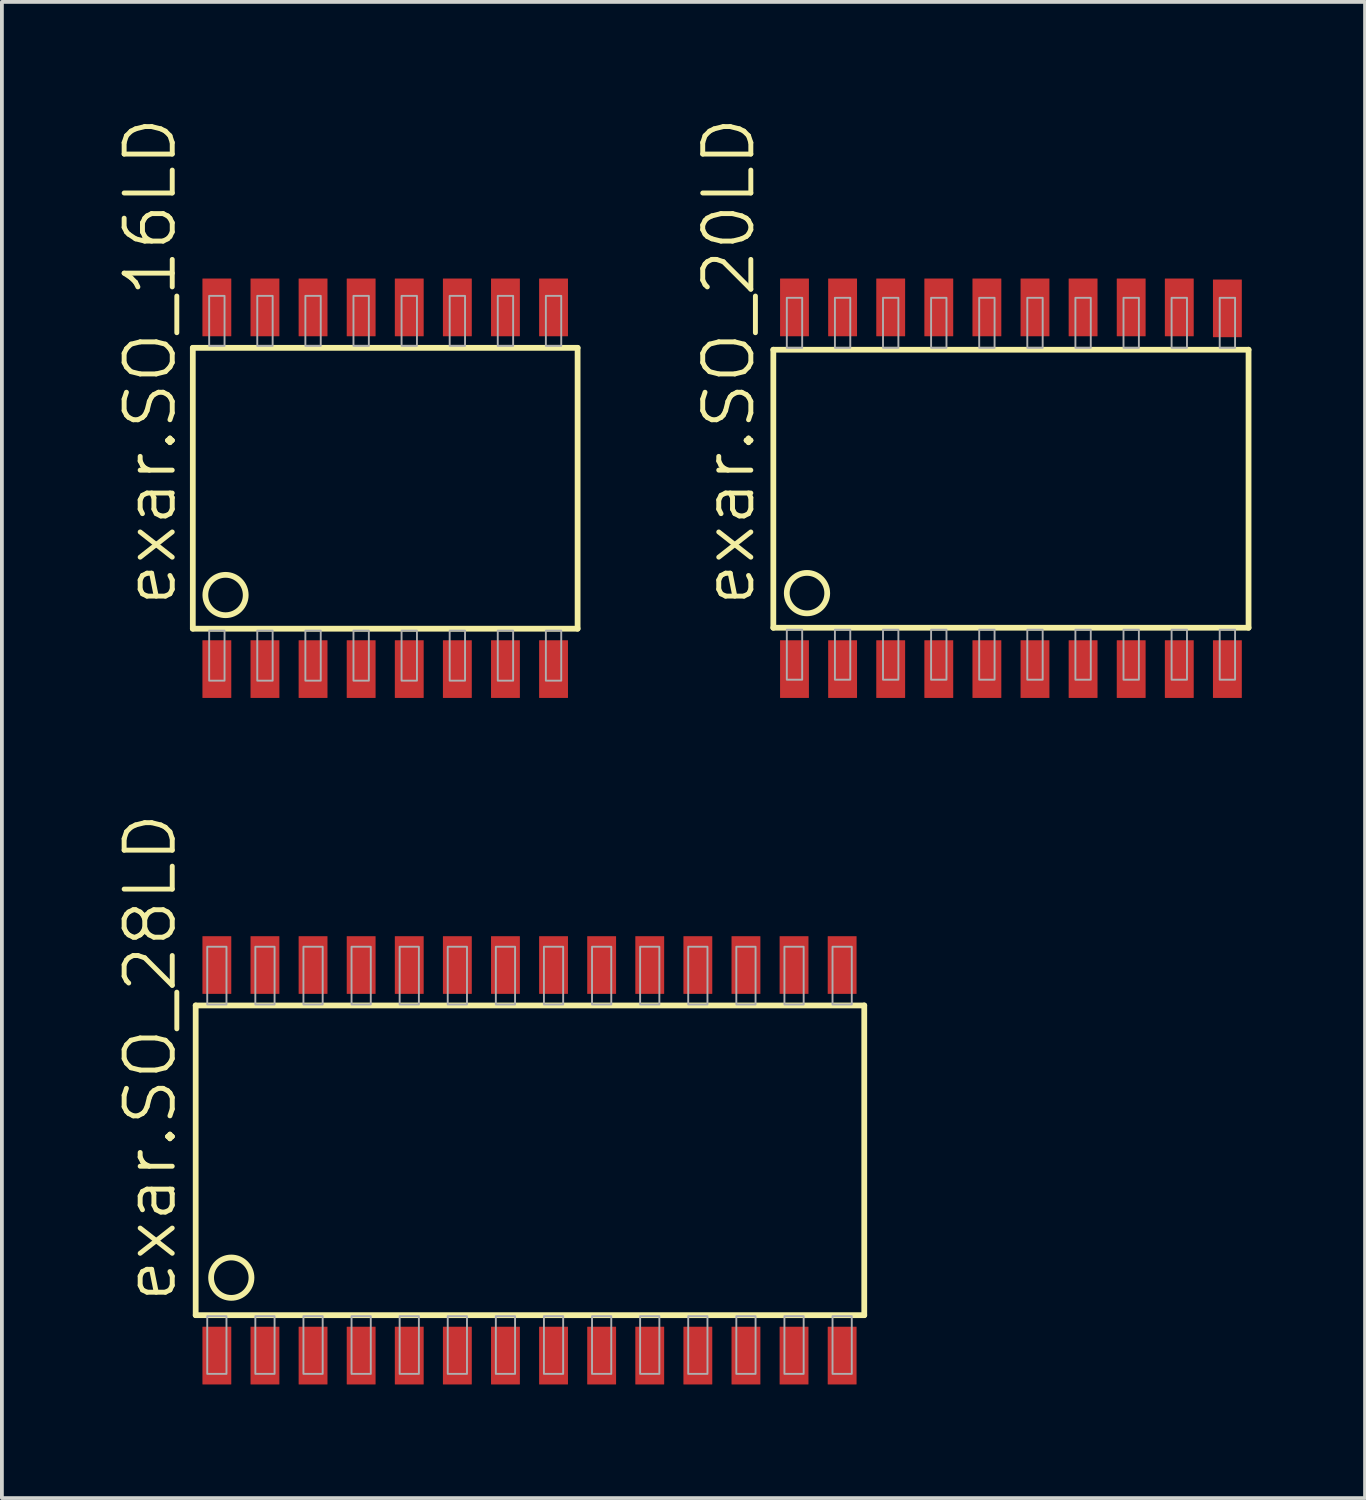
<source format=kicad_pcb>
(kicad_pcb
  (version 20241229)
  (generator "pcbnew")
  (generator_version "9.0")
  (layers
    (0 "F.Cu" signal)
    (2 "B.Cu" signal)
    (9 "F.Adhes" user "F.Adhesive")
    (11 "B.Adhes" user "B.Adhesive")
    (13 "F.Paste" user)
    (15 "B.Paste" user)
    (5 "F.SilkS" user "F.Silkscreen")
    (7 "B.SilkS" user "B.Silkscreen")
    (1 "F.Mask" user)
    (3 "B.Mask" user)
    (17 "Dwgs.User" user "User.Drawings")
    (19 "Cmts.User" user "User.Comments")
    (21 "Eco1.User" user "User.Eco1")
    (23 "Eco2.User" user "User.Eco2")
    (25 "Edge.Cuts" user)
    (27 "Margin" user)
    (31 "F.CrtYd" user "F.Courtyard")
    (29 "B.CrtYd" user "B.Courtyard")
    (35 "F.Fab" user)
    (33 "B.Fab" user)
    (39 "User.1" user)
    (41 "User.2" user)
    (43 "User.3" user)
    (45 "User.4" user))
  (footprint "exar.SO_28LD"
    (layer "F.Cu")
    (at 10.931 27.587)
    (property "Reference" "exar.SO_28LD" (at -9.271 3.81 90) (layer "F.SilkS") (effects (font (size 1.27 1.27) (thickness 0.13)) (justify left bottom)))
    (attr smd)
    (fp_line (start -8.814 -4.089) (end -8.814 4.089) (stroke (width 0.152) (type default)) (layer "F.SilkS"))
    (fp_line (start -8.814 4.089) (end 8.839 4.089) (stroke (width 0.152) (type default)) (layer "F.SilkS"))
    (fp_line (start 8.839 -4.089) (end -8.814 -4.089) (stroke (width 0.152) (type default)) (layer "F.SilkS"))
    (fp_line (start 8.839 4.089) (end 8.839 -4.089) (stroke (width 0.152) (type default)) (layer "F.SilkS"))
    (fp_circle (center -7.874 3.099) (end -7.341 3.099) (stroke (width 0.152) (type default)) (fill no) (layer "F.SilkS"))
    (fp_rect (start -8.509 -4.115) (end -8.001 -5.639) (stroke (width 0.05) (type default)) (fill no) (layer "F.Fab"))
    (fp_rect (start -8.509 5.639) (end -8.001 4.115) (stroke (width 0.05) (type default)) (fill no) (layer "F.Fab"))
    (fp_rect (start -7.239 -4.115) (end -6.731 -5.639) (stroke (width 0.05) (type default)) (fill no) (layer "F.Fab"))
    (fp_rect (start -7.239 5.639) (end -6.731 4.115) (stroke (width 0.05) (type default)) (fill no) (layer "F.Fab"))
    (fp_rect (start -5.969 -4.115) (end -5.461 -5.639) (stroke (width 0.05) (type default)) (fill no) (layer "F.Fab"))
    (fp_rect (start -5.969 5.639) (end -5.461 4.115) (stroke (width 0.05) (type default)) (fill no) (layer "F.Fab"))
    (fp_rect (start -4.699 -4.115) (end -4.191 -5.639) (stroke (width 0.05) (type default)) (fill no) (layer "F.Fab"))
    (fp_rect (start -4.699 5.639) (end -4.191 4.115) (stroke (width 0.05) (type default)) (fill no) (layer "F.Fab"))
    (fp_rect (start -3.429 -4.115) (end -2.921 -5.639) (stroke (width 0.05) (type default)) (fill no) (layer "F.Fab"))
    (fp_rect (start -3.429 5.639) (end -2.921 4.115) (stroke (width 0.05) (type default)) (fill no) (layer "F.Fab"))
    (fp_rect (start -2.159 -4.115) (end -1.651 -5.639) (stroke (width 0.05) (type default)) (fill no) (layer "F.Fab"))
    (fp_rect (start -2.159 5.639) (end -1.651 4.115) (stroke (width 0.05) (type default)) (fill no) (layer "F.Fab"))
    (fp_rect (start -0.889 -4.115) (end -0.381 -5.639) (stroke (width 0.05) (type default)) (fill no) (layer "F.Fab"))
    (fp_rect (start -0.889 5.639) (end -0.381 4.115) (stroke (width 0.05) (type default)) (fill no) (layer "F.Fab"))
    (fp_rect (start 0.381 -4.115) (end 0.889 -5.639) (stroke (width 0.05) (type default)) (fill no) (layer "F.Fab"))
    (fp_rect (start 0.381 5.639) (end 0.889 4.115) (stroke (width 0.05) (type default)) (fill no) (layer "F.Fab"))
    (fp_rect (start 1.651 -4.115) (end 2.159 -5.639) (stroke (width 0.05) (type default)) (fill no) (layer "F.Fab"))
    (fp_rect (start 1.651 5.639) (end 2.159 4.115) (stroke (width 0.05) (type default)) (fill no) (layer "F.Fab"))
    (fp_rect (start 2.921 -4.115) (end 3.429 -5.639) (stroke (width 0.05) (type default)) (fill no) (layer "F.Fab"))
    (fp_rect (start 2.921 5.639) (end 3.429 4.115) (stroke (width 0.05) (type default)) (fill no) (layer "F.Fab"))
    (fp_rect (start 4.191 -4.115) (end 4.699 -5.639) (stroke (width 0.05) (type default)) (fill no) (layer "F.Fab"))
    (fp_rect (start 4.191 5.639) (end 4.699 4.115) (stroke (width 0.05) (type default)) (fill no) (layer "F.Fab"))
    (fp_rect (start 5.461 -4.115) (end 5.969 -5.639) (stroke (width 0.05) (type default)) (fill no) (layer "F.Fab"))
    (fp_rect (start 5.461 5.639) (end 5.969 4.115) (stroke (width 0.05) (type default)) (fill no) (layer "F.Fab"))
    (fp_rect (start 6.731 -4.115) (end 7.239 -5.639) (stroke (width 0.05) (type default)) (fill no) (layer "F.Fab"))
    (fp_rect (start 6.731 5.639) (end 7.239 4.115) (stroke (width 0.05) (type default)) (fill no) (layer "F.Fab"))
    (fp_rect (start 8.001 -4.115) (end 8.509 -5.639) (stroke (width 0.05) (type default)) (fill no) (layer "F.Fab"))
    (fp_rect (start 8.001 5.639) (end 8.509 4.115) (stroke (width 0.05) (type default)) (fill no) (layer "F.Fab"))
    (pad "1" smd roundrect (at -8.255 5.156) (size 0.762 1.524) (layers "F.Cu" "F.Mask" "F.Paste") (roundrect_rratio 0.01))
    (pad "2" smd roundrect (at -6.985 5.156) (size 0.762 1.524) (layers "F.Cu" "F.Mask" "F.Paste") (roundrect_rratio 0.01))
    (pad "3" smd roundrect (at -5.715 5.156) (size 0.762 1.524) (layers "F.Cu" "F.Mask" "F.Paste") (roundrect_rratio 0.01))
    (pad "4" smd roundrect (at -4.445 5.156) (size 0.762 1.524) (layers "F.Cu" "F.Mask" "F.Paste") (roundrect_rratio 0.01))
    (pad "5" smd roundrect (at -3.175 5.156) (size 0.762 1.524) (layers "F.Cu" "F.Mask" "F.Paste") (roundrect_rratio 0.01))
    (pad "6" smd roundrect (at -1.905 5.156) (size 0.762 1.524) (layers "F.Cu" "F.Mask" "F.Paste") (roundrect_rratio 0.01))
    (pad "7" smd roundrect (at -0.635 5.156) (size 0.762 1.524) (layers "F.Cu" "F.Mask" "F.Paste") (roundrect_rratio 0.01))
    (pad "8" smd roundrect (at 0.635 5.156) (size 0.762 1.524) (layers "F.Cu" "F.Mask" "F.Paste") (roundrect_rratio 0.01))
    (pad "9" smd roundrect (at 1.905 5.156) (size 0.762 1.524) (layers "F.Cu" "F.Mask" "F.Paste") (roundrect_rratio 0.01))
    (pad "10" smd roundrect (at 3.175 5.156) (size 0.762 1.524) (layers "F.Cu" "F.Mask" "F.Paste") (roundrect_rratio 0.01))
    (pad "11" smd roundrect (at 4.445 5.156) (size 0.762 1.524) (layers "F.Cu" "F.Mask" "F.Paste") (roundrect_rratio 0.01))
    (pad "12" smd roundrect (at 5.715 5.156) (size 0.762 1.524) (layers "F.Cu" "F.Mask" "F.Paste") (roundrect_rratio 0.01))
    (pad "13" smd roundrect (at 6.985 5.156) (size 0.762 1.524) (layers "F.Cu" "F.Mask" "F.Paste") (roundrect_rratio 0.01))
    (pad "14" smd roundrect (at 8.255 5.156) (size 0.762 1.524) (layers "F.Cu" "F.Mask" "F.Paste") (roundrect_rratio 0.01))
    (pad "15" smd roundrect (at 8.255 -5.156) (size 0.762 1.524) (layers "F.Cu" "F.Mask" "F.Paste") (roundrect_rratio 0.01))
    (pad "16" smd roundrect (at 6.985 -5.156) (size 0.762 1.524) (layers "F.Cu" "F.Mask" "F.Paste") (roundrect_rratio 0.01))
    (pad "17" smd roundrect (at 5.715 -5.156) (size 0.762 1.524) (layers "F.Cu" "F.Mask" "F.Paste") (roundrect_rratio 0.01))
    (pad "18" smd roundrect (at 4.445 -5.156) (size 0.762 1.524) (layers "F.Cu" "F.Mask" "F.Paste") (roundrect_rratio 0.01))
    (pad "19" smd roundrect (at 3.175 -5.156) (size 0.762 1.524) (layers "F.Cu" "F.Mask" "F.Paste") (roundrect_rratio 0.01))
    (pad "20" smd roundrect (at 1.905 -5.156) (size 0.762 1.524) (layers "F.Cu" "F.Mask" "F.Paste") (roundrect_rratio 0.01))
    (pad "21" smd roundrect (at 0.635 -5.156) (size 0.762 1.524) (layers "F.Cu" "F.Mask" "F.Paste") (roundrect_rratio 0.01))
    (pad "22" smd roundrect (at -0.635 -5.156) (size 0.762 1.524) (layers "F.Cu" "F.Mask" "F.Paste") (roundrect_rratio 0.01))
    (pad "23" smd roundrect (at -1.905 -5.156) (size 0.762 1.524) (layers "F.Cu" "F.Mask" "F.Paste") (roundrect_rratio 0.01))
    (pad "24" smd roundrect (at -3.175 -5.156) (size 0.762 1.524) (layers "F.Cu" "F.Mask" "F.Paste") (roundrect_rratio 0.01))
    (pad "25" smd roundrect (at -4.445 -5.156) (size 0.762 1.524) (layers "F.Cu" "F.Mask" "F.Paste") (roundrect_rratio 0.01))
    (pad "26" smd roundrect (at -5.715 -5.156) (size 0.762 1.524) (layers "F.Cu" "F.Mask" "F.Paste") (roundrect_rratio 0.01))
    (pad "27" smd roundrect (at -6.985 -5.156) (size 0.762 1.524) (layers "F.Cu" "F.Mask" "F.Paste") (roundrect_rratio 0.01))
    (pad "28" smd roundrect (at -8.255 -5.156) (size 0.762 1.524) (layers "F.Cu" "F.Mask" "F.Paste") (roundrect_rratio 0.01)))
  (footprint "exar.SO_16LD"
    (layer "F.Cu")
    (at 7.121 9.842)
    (property "Reference" "exar.SO_16LD" (at -5.461 3.175 90) (layer "F.SilkS") (effects (font (size 1.27 1.27) (thickness 0.13)) (justify left bottom)))
    (attr smd)
    (fp_line (start -5.08 -3.708) (end -5.08 3.708) (stroke (width 0.152) (type default)) (layer "F.SilkS"))
    (fp_line (start -5.08 3.708) (end 5.08 3.708) (stroke (width 0.152) (type default)) (layer "F.SilkS"))
    (fp_line (start 5.08 -3.708) (end -5.08 -3.708) (stroke (width 0.152) (type default)) (layer "F.SilkS"))
    (fp_line (start 5.08 3.708) (end 5.08 -3.708) (stroke (width 0.152) (type default)) (layer "F.SilkS"))
    (fp_circle (center -4.216 2.819) (end -3.683 2.819) (stroke (width 0.152) (type default)) (fill no) (layer "F.SilkS"))
    (fp_rect (start -4.648 -3.759) (end -4.242 -5.08) (stroke (width 0.05) (type default)) (fill no) (layer "F.Fab"))
    (fp_rect (start -4.648 5.08) (end -4.242 3.759) (stroke (width 0.05) (type default)) (fill no) (layer "F.Fab"))
    (fp_rect (start -3.378 -3.759) (end -2.972 -5.08) (stroke (width 0.05) (type default)) (fill no) (layer "F.Fab"))
    (fp_rect (start -3.378 5.08) (end -2.972 3.759) (stroke (width 0.05) (type default)) (fill no) (layer "F.Fab"))
    (fp_rect (start -2.108 -3.759) (end -1.702 -5.08) (stroke (width 0.05) (type default)) (fill no) (layer "F.Fab"))
    (fp_rect (start -2.108 5.08) (end -1.702 3.759) (stroke (width 0.05) (type default)) (fill no) (layer "F.Fab"))
    (fp_rect (start -0.838 -3.759) (end -0.432 -5.08) (stroke (width 0.05) (type default)) (fill no) (layer "F.Fab"))
    (fp_rect (start -0.838 5.08) (end -0.432 3.759) (stroke (width 0.05) (type default)) (fill no) (layer "F.Fab"))
    (fp_rect (start 0.432 -3.759) (end 0.838 -5.08) (stroke (width 0.05) (type default)) (fill no) (layer "F.Fab"))
    (fp_rect (start 0.432 5.08) (end 0.838 3.759) (stroke (width 0.05) (type default)) (fill no) (layer "F.Fab"))
    (fp_rect (start 1.702 -3.759) (end 2.108 -5.08) (stroke (width 0.05) (type default)) (fill no) (layer "F.Fab"))
    (fp_rect (start 1.702 5.08) (end 2.108 3.759) (stroke (width 0.05) (type default)) (fill no) (layer "F.Fab"))
    (fp_rect (start 2.972 -3.759) (end 3.378 -5.08) (stroke (width 0.05) (type default)) (fill no) (layer "F.Fab"))
    (fp_rect (start 2.972 5.08) (end 3.378 3.759) (stroke (width 0.05) (type default)) (fill no) (layer "F.Fab"))
    (fp_rect (start 4.242 -3.759) (end 4.648 -5.08) (stroke (width 0.05) (type default)) (fill no) (layer "F.Fab"))
    (fp_rect (start 4.242 5.08) (end 4.648 3.759) (stroke (width 0.05) (type default)) (fill no) (layer "F.Fab"))
    (pad "1" smd roundrect (at -4.445 4.775) (size 0.762 1.524) (layers "F.Cu" "F.Mask" "F.Paste") (roundrect_rratio 0.01))
    (pad "2" smd roundrect (at -3.175 4.775) (size 0.762 1.524) (layers "F.Cu" "F.Mask" "F.Paste") (roundrect_rratio 0.01))
    (pad "3" smd roundrect (at -1.905 4.775) (size 0.762 1.524) (layers "F.Cu" "F.Mask" "F.Paste") (roundrect_rratio 0.01))
    (pad "4" smd roundrect (at -0.635 4.775) (size 0.762 1.524) (layers "F.Cu" "F.Mask" "F.Paste") (roundrect_rratio 0.01))
    (pad "5" smd roundrect (at 0.635 4.775) (size 0.762 1.524) (layers "F.Cu" "F.Mask" "F.Paste") (roundrect_rratio 0.01))
    (pad "6" smd roundrect (at 1.905 4.775) (size 0.762 1.524) (layers "F.Cu" "F.Mask" "F.Paste") (roundrect_rratio 0.01))
    (pad "7" smd roundrect (at 3.175 4.775) (size 0.762 1.524) (layers "F.Cu" "F.Mask" "F.Paste") (roundrect_rratio 0.01))
    (pad "8" smd roundrect (at 4.445 4.775) (size 0.762 1.524) (layers "F.Cu" "F.Mask" "F.Paste") (roundrect_rratio 0.01))
    (pad "9" smd roundrect (at 4.445 -4.775) (size 0.762 1.524) (layers "F.Cu" "F.Mask" "F.Paste") (roundrect_rratio 0.01))
    (pad "10" smd roundrect (at 3.175 -4.775) (size 0.762 1.524) (layers "F.Cu" "F.Mask" "F.Paste") (roundrect_rratio 0.01))
    (pad "11" smd roundrect (at 1.905 -4.775) (size 0.762 1.524) (layers "F.Cu" "F.Mask" "F.Paste") (roundrect_rratio 0.01))
    (pad "12" smd roundrect (at 0.635 -4.775) (size 0.762 1.524) (layers "F.Cu" "F.Mask" "F.Paste") (roundrect_rratio 0.01))
    (pad "13" smd roundrect (at -0.635 -4.775) (size 0.762 1.524) (layers "F.Cu" "F.Mask" "F.Paste") (roundrect_rratio 0.01))
    (pad "14" smd roundrect (at -1.905 -4.775) (size 0.762 1.524) (layers "F.Cu" "F.Mask" "F.Paste") (roundrect_rratio 0.01))
    (pad "15" smd roundrect (at -3.175 -4.775) (size 0.762 1.524) (layers "F.Cu" "F.Mask" "F.Paste") (roundrect_rratio 0.01))
    (pad "16" smd roundrect (at -4.445 -4.775) (size 0.762 1.524) (layers "F.Cu" "F.Mask" "F.Paste") (roundrect_rratio 0.01)))
  (footprint "exar.SO_20LD"
    (layer "F.Cu")
    (at 23.643 9.842)
    (property "Reference" "exar.SO_20LD" (at -6.706 3.175 90) (layer "F.SilkS") (effects (font (size 1.27 1.27) (thickness 0.13)) (justify left bottom)))
    (attr smd)
    (fp_line (start -6.274 -3.658) (end -6.274 3.683) (stroke (width 0.152) (type default)) (layer "F.SilkS"))
    (fp_line (start -6.274 3.683) (end 6.274 3.683) (stroke (width 0.152) (type default)) (layer "F.SilkS"))
    (fp_line (start 6.274 -3.658) (end -6.274 -3.658) (stroke (width 0.152) (type default)) (layer "F.SilkS"))
    (fp_line (start 6.274 3.683) (end 6.274 -3.658) (stroke (width 0.152) (type default)) (layer "F.SilkS"))
    (fp_circle (center -5.385 2.769) (end -4.851 2.769) (stroke (width 0.152) (type default)) (fill no) (layer "F.SilkS"))
    (fp_rect (start -5.918 -3.708) (end -5.512 -5.029) (stroke (width 0.05) (type default)) (fill no) (layer "F.Fab"))
    (fp_rect (start -5.918 5.055) (end -5.512 3.734) (stroke (width 0.05) (type default)) (fill no) (layer "F.Fab"))
    (fp_rect (start -4.648 -3.708) (end -4.242 -5.029) (stroke (width 0.05) (type default)) (fill no) (layer "F.Fab"))
    (fp_rect (start -4.648 5.055) (end -4.242 3.734) (stroke (width 0.05) (type default)) (fill no) (layer "F.Fab"))
    (fp_rect (start -3.378 -3.708) (end -2.972 -5.029) (stroke (width 0.05) (type default)) (fill no) (layer "F.Fab"))
    (fp_rect (start -3.378 5.055) (end -2.972 3.734) (stroke (width 0.05) (type default)) (fill no) (layer "F.Fab"))
    (fp_rect (start -2.108 -3.708) (end -1.702 -5.029) (stroke (width 0.05) (type default)) (fill no) (layer "F.Fab"))
    (fp_rect (start -2.108 5.055) (end -1.702 3.734) (stroke (width 0.05) (type default)) (fill no) (layer "F.Fab"))
    (fp_rect (start -0.838 -3.708) (end -0.432 -5.029) (stroke (width 0.05) (type default)) (fill no) (layer "F.Fab"))
    (fp_rect (start -0.838 5.055) (end -0.432 3.734) (stroke (width 0.05) (type default)) (fill no) (layer "F.Fab"))
    (fp_rect (start 0.432 -3.708) (end 0.838 -5.029) (stroke (width 0.05) (type default)) (fill no) (layer "F.Fab"))
    (fp_rect (start 0.432 5.055) (end 0.838 3.734) (stroke (width 0.05) (type default)) (fill no) (layer "F.Fab"))
    (fp_rect (start 1.702 -3.708) (end 2.108 -5.029) (stroke (width 0.05) (type default)) (fill no) (layer "F.Fab"))
    (fp_rect (start 1.702 5.055) (end 2.108 3.734) (stroke (width 0.05) (type default)) (fill no) (layer "F.Fab"))
    (fp_rect (start 2.972 -3.708) (end 3.378 -5.029) (stroke (width 0.05) (type default)) (fill no) (layer "F.Fab"))
    (fp_rect (start 2.972 5.055) (end 3.378 3.734) (stroke (width 0.05) (type default)) (fill no) (layer "F.Fab"))
    (fp_rect (start 4.242 -3.708) (end 4.648 -5.029) (stroke (width 0.05) (type default)) (fill no) (layer "F.Fab"))
    (fp_rect (start 4.242 5.055) (end 4.648 3.734) (stroke (width 0.05) (type default)) (fill no) (layer "F.Fab"))
    (fp_rect (start 5.512 -3.708) (end 5.918 -5.029) (stroke (width 0.05) (type default)) (fill no) (layer "F.Fab"))
    (fp_rect (start 5.512 5.055) (end 5.918 3.734) (stroke (width 0.05) (type default)) (fill no) (layer "F.Fab"))
    (pad "1" smd roundrect (at -5.715 4.775) (size 0.762 1.524) (layers "F.Cu" "F.Mask" "F.Paste") (roundrect_rratio 0.01))
    (pad "2" smd roundrect (at -4.445 4.775) (size 0.762 1.524) (layers "F.Cu" "F.Mask" "F.Paste") (roundrect_rratio 0.01))
    (pad "3" smd roundrect (at -3.175 4.775) (size 0.762 1.524) (layers "F.Cu" "F.Mask" "F.Paste") (roundrect_rratio 0.01))
    (pad "4" smd roundrect (at -1.905 4.775) (size 0.762 1.524) (layers "F.Cu" "F.Mask" "F.Paste") (roundrect_rratio 0.01))
    (pad "5" smd roundrect (at -0.635 4.775) (size 0.762 1.524) (layers "F.Cu" "F.Mask" "F.Paste") (roundrect_rratio 0.01))
    (pad "6" smd roundrect (at 0.635 4.775) (size 0.762 1.524) (layers "F.Cu" "F.Mask" "F.Paste") (roundrect_rratio 0.01))
    (pad "7" smd roundrect (at 1.905 4.775) (size 0.762 1.524) (layers "F.Cu" "F.Mask" "F.Paste") (roundrect_rratio 0.01))
    (pad "8" smd roundrect (at 3.175 4.775) (size 0.762 1.524) (layers "F.Cu" "F.Mask" "F.Paste") (roundrect_rratio 0.01))
    (pad "9" smd roundrect (at 4.445 4.775) (size 0.762 1.524) (layers "F.Cu" "F.Mask" "F.Paste") (roundrect_rratio 0.01))
    (pad "10" smd roundrect (at 5.715 4.775) (size 0.762 1.524) (layers "F.Cu" "F.Mask" "F.Paste") (roundrect_rratio 0.01))
    (pad "11" smd roundrect (at 5.715 -4.75) (size 0.762 1.524) (layers "F.Cu" "F.Mask" "F.Paste") (roundrect_rratio 0.01))
    (pad "12" smd roundrect (at 4.445 -4.775) (size 0.762 1.524) (layers "F.Cu" "F.Mask" "F.Paste") (roundrect_rratio 0.01))
    (pad "13" smd roundrect (at 3.175 -4.775) (size 0.762 1.524) (layers "F.Cu" "F.Mask" "F.Paste") (roundrect_rratio 0.01))
    (pad "14" smd roundrect (at 1.905 -4.775) (size 0.762 1.524) (layers "F.Cu" "F.Mask" "F.Paste") (roundrect_rratio 0.01))
    (pad "15" smd roundrect (at 0.635 -4.775) (size 0.762 1.524) (layers "F.Cu" "F.Mask" "F.Paste") (roundrect_rratio 0.01))
    (pad "16" smd roundrect (at -0.635 -4.775) (size 0.762 1.524) (layers "F.Cu" "F.Mask" "F.Paste") (roundrect_rratio 0.01))
    (pad "17" smd roundrect (at -1.905 -4.775) (size 0.762 1.524) (layers "F.Cu" "F.Mask" "F.Paste") (roundrect_rratio 0.01))
    (pad "18" smd roundrect (at -3.175 -4.775) (size 0.762 1.524) (layers "F.Cu" "F.Mask" "F.Paste") (roundrect_rratio 0.01))
    (pad "19" smd roundrect (at -4.445 -4.775) (size 0.762 1.524) (layers "F.Cu" "F.Mask" "F.Paste") (roundrect_rratio 0.01))
    (pad "20" smd roundrect (at -5.715 -4.775) (size 0.762 1.524) (layers "F.Cu" "F.Mask" "F.Paste") (roundrect_rratio 0.01)))
  (gr_rect
    (start -3 -3)
    (end 32.993 36.505)
    (stroke (width 0.1) (type default))
    (fill no)
    (layer "Edge.Cuts")))
</source>
